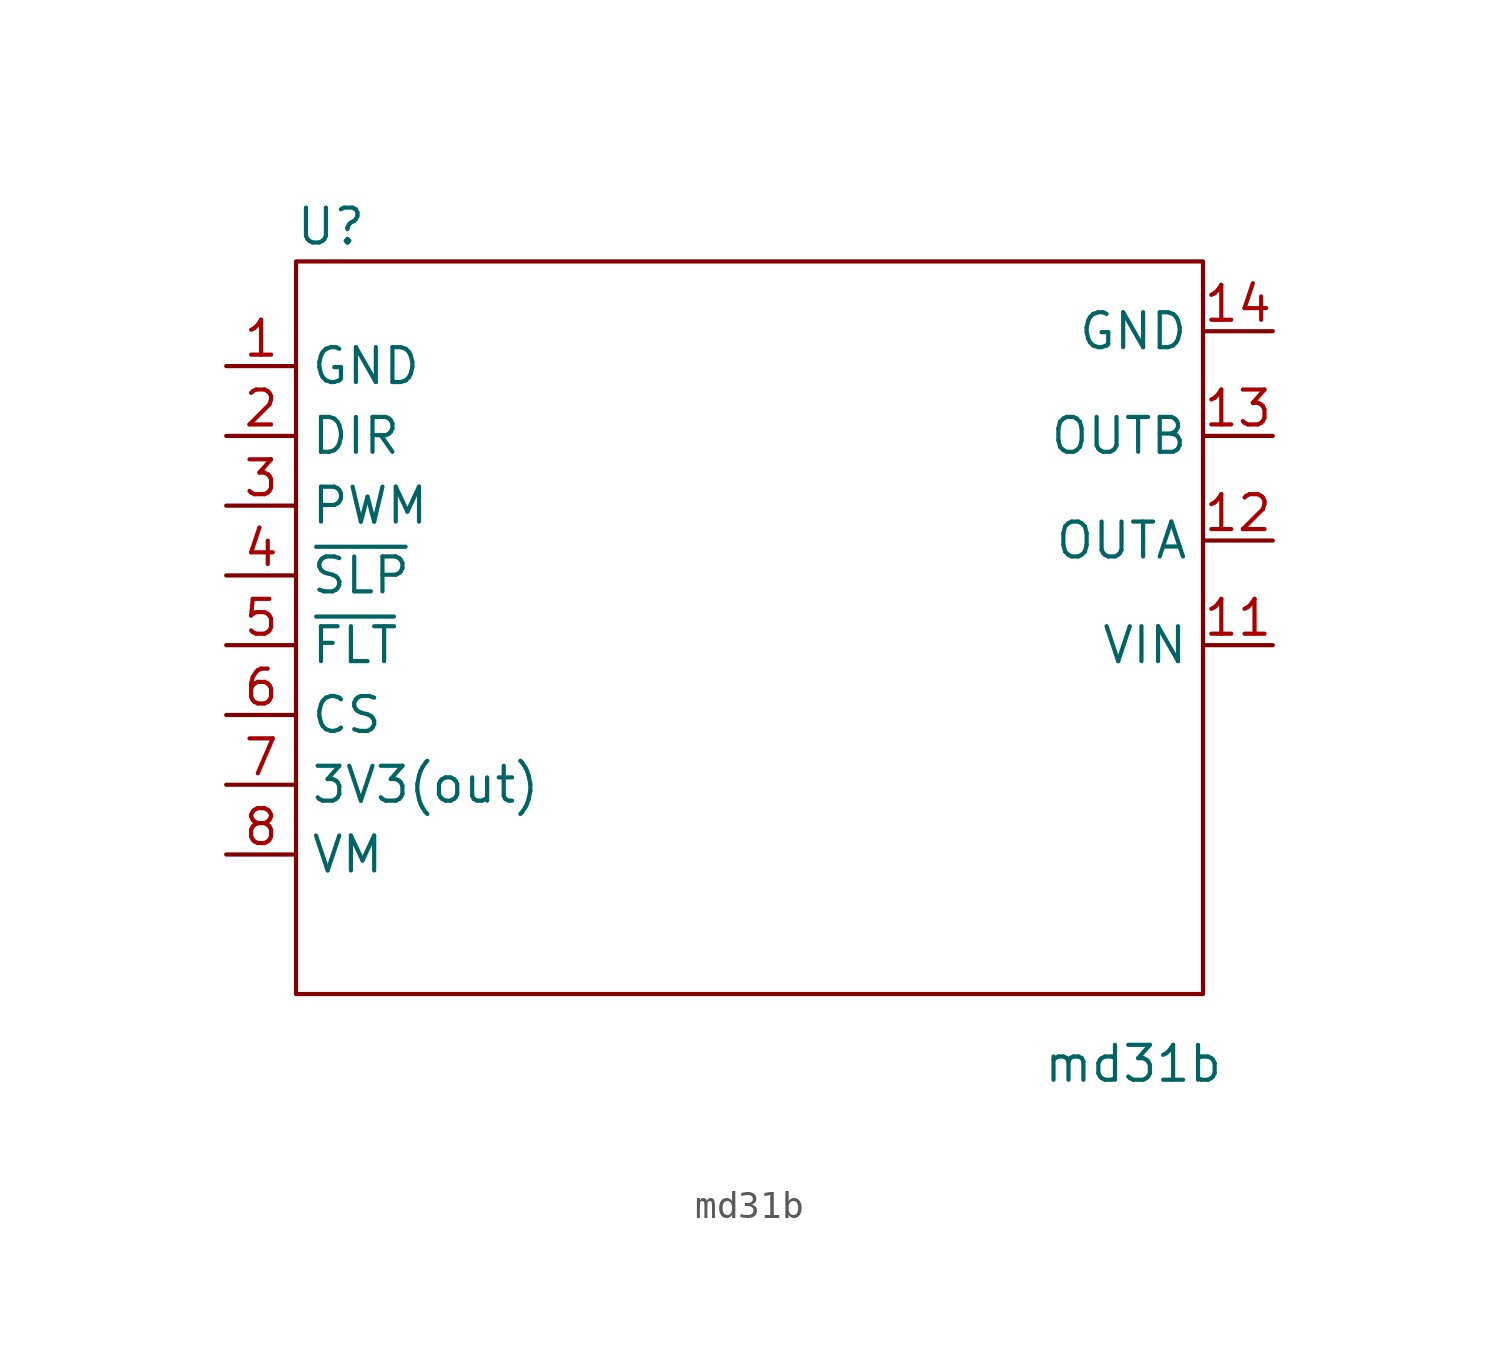
<source format=kicad_sym>
(kicad_symbol_lib
  (version 20211014)
  (generator kicad_symbol_editor)
  (symbol "md31b"
    (property "Reference" "U"
      (at -31.75 39.37 0)
      (effects (font (size 1.27 1.27))))
    (property "Value" "md31b"
      (at -2.54 8.89 0)
      (effects (font (size 1.27 1.27))))
    (symbol "md31b_0_1"
      (rectangle (start -33.02 38.1) (end 0 11.43) (stroke (width 0) (type default) (color 0 0 0 0)) (fill (type none))))
    (symbol "md31b_1_1"
      (pin power_in line (at -35.56 34.29 0) (length 2.54) (name "GND" (effects (font (size 1.27 1.27)))) (number "1" (effects (font (size 1.27 1.27)))))
      (pin power_in line (at 2.54 24.13 180) (length 2.54) (name "VIN" (effects (font (size 1.27 1.27)))) (number "11" (effects (font (size 1.27 1.27)))))
      (pin power_out line (at 2.54 27.94 180) (length 2.54) (name "OUTA" (effects (font (size 1.27 1.27)))) (number "12" (effects (font (size 1.27 1.27)))))
      (pin power_out line (at 2.54 31.75 180) (length 2.54) (name "OUTB" (effects (font (size 1.27 1.27)))) (number "13" (effects (font (size 1.27 1.27)))))
      (pin power_in line (at 2.54 35.56 180) (length 2.54) (name "GND" (effects (font (size 1.27 1.27)))) (number "14" (effects (font (size 1.27 1.27)))))
      (pin power_in line (at -35.56 31.75 0) (length 2.54) (name "DIR" (effects (font (size 1.27 1.27)))) (number "2" (effects (font (size 1.27 1.27)))))
      (pin power_in line (at -35.56 29.21 0) (length 2.54) (name "PWM" (effects (font (size 1.27 1.27)))) (number "3" (effects (font (size 1.27 1.27)))))
      (pin power_in line (at -35.56 26.67 0) (length 2.54) (name "~{SLP}" (effects (font (size 1.27 1.27)))) (number "4" (effects (font (size 1.27 1.27)))))
      (pin power_in line (at -35.56 24.13 0) (length 2.54) (name "~{FLT}" (effects (font (size 1.27 1.27)))) (number "5" (effects (font (size 1.27 1.27)))))
      (pin power_in line (at -35.56 21.59 0) (length 2.54) (name "CS" (effects (font (size 1.27 1.27)))) (number "6" (effects (font (size 1.27 1.27)))))
      (pin power_in line (at -35.56 19.05 0) (length 2.54) (name "3V3(out)" (effects (font (size 1.27 1.27)))) (number "7" (effects (font (size 1.27 1.27)))))
      (pin power_in line (at -35.56 16.51 0) (length 2.54) (name "VM" (effects (font (size 1.27 1.27)))) (number "8" (effects (font (size 1.27 1.27))))))))
</source>
